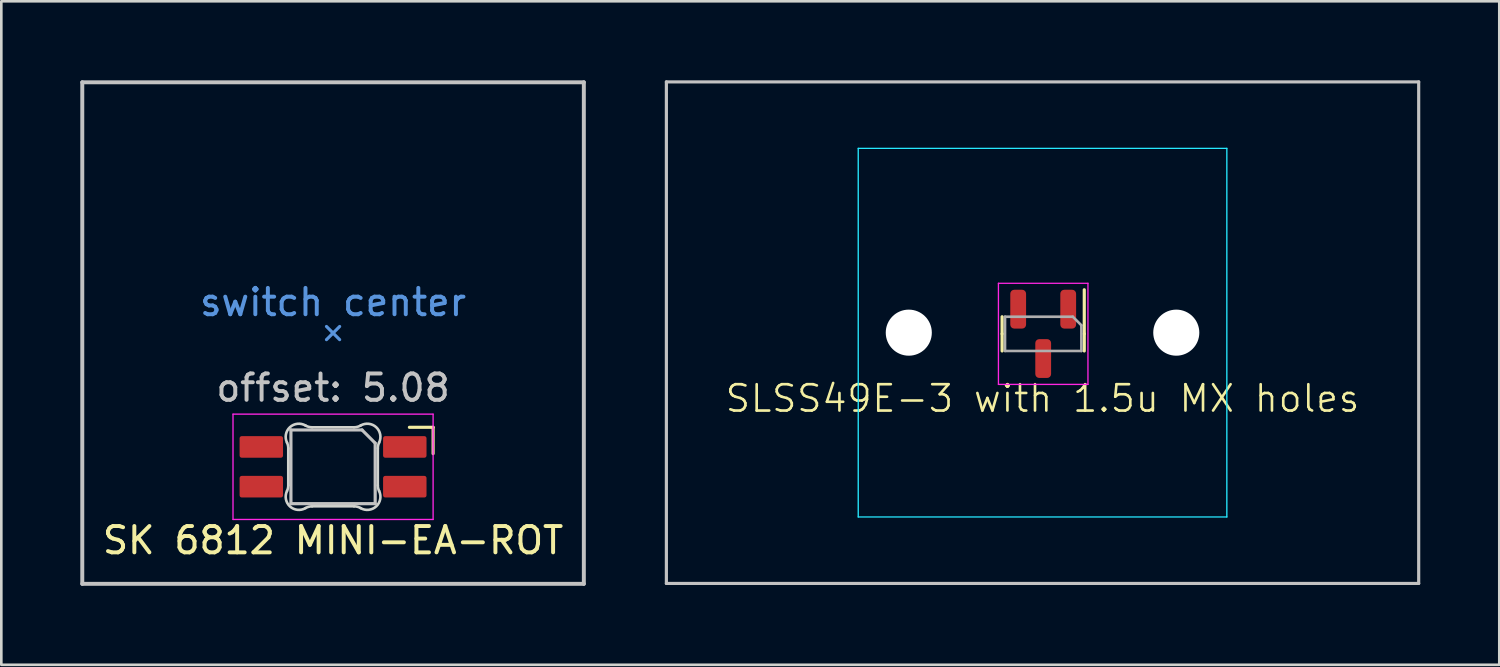
<source format=kicad_pcb>
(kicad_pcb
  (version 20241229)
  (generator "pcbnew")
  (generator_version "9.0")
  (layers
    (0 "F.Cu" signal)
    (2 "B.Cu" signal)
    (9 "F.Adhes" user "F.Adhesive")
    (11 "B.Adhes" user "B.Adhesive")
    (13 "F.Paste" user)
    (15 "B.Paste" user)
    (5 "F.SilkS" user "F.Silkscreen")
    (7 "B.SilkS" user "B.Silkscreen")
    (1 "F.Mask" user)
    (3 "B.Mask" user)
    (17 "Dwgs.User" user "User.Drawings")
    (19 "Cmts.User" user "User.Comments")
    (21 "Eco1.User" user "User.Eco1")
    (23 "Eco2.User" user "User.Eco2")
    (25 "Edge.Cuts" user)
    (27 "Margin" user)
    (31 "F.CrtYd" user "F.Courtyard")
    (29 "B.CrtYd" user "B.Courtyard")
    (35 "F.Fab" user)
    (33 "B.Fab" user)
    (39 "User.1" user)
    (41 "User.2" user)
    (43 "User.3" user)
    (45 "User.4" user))
  (footprint "SK 6812 MINI-EA-ROT"
    (layer "F.Cu")
    (at 9.6 14.68)
    (property "Reference" "SK 6812 MINI-EA-ROT" (at 0 2.794 0) (unlocked yes) (layer "F.SilkS") (effects (font (size 1 1) (thickness 0.15))))
    (attr smd)
    (fp_line (start 3.8 -1.5) (end 2.9 -1.5) (stroke (width 0.12) (type solid)) (layer "F.SilkS"))
    (fp_line (start 3.8 -0.5) (end 3.8 -1.5) (stroke (width 0.12) (type solid)) (layer "F.SilkS"))
    (fp_line (start -9.525 -14.605) (end -9.525 4.445) (stroke (width 0.15) (type solid)) (layer "Dwgs.User"))
    (fp_line (start -9.525 4.445) (end 9.525 4.445) (stroke (width 0.15) (type solid)) (layer "Dwgs.User"))
    (fp_line (start -1.6 -1.4) (end 1.1 -1.4) (stroke (width 0.12) (type solid)) (layer "Dwgs.User"))
    (fp_line (start -1.6 1.4) (end -1.6 -1.4) (stroke (width 0.12) (type solid)) (layer "Dwgs.User"))
    (fp_line (start 1.6 -0.9) (end 1.1 -1.4) (stroke (width 0.12) (type solid)) (layer "Dwgs.User"))
    (fp_line (start 1.6 -0.9) (end 1.6 1.4) (stroke (width 0.12) (type solid)) (layer "Dwgs.User"))
    (fp_line (start 1.6 1.4) (end -1.6 1.4) (stroke (width 0.12) (type solid)) (layer "Dwgs.User"))
    (fp_line (start 9.525 -14.605) (end -9.525 -14.605) (stroke (width 0.15) (type solid)) (layer "Dwgs.User"))
    (fp_line (start 9.525 4.445) (end 9.525 -14.605) (stroke (width 0.15) (type solid)) (layer "Dwgs.User"))
    (fp_line (start -0.25 -4.83) (end 0 -5.08) (stroke (width 0.12) (type solid)) (layer "Cmts.User"))
    (fp_line (start 0 -5.08) (end -0.25 -5.33) (stroke (width 0.12) (type solid)) (layer "Cmts.User"))
    (fp_line (start 0 -5.08) (end 0.25 -5.33) (stroke (width 0.12) (type solid)) (layer "Cmts.User"))
    (fp_line (start 0.25 -4.83) (end 0 -5.08) (stroke (width 0.12) (type solid)) (layer "Cmts.User"))
    (fp_line (start -1.7 -0.703) (end -1.7 0.703) (stroke (width 0.1) (type solid)) (layer "Edge.Cuts"))
    (fp_line (start -1.7 -0.703) (end -1.7 0.703) (stroke (width 0.1) (type solid)) (layer "Edge.Cuts"))
    (fp_line (start -0.794 1.5) (end 0.794 1.5) (stroke (width 0.1) (type solid)) (layer "Edge.Cuts"))
    (fp_line (start 0.794 -1.5) (end -0.794 -1.5) (stroke (width 0.1) (type solid)) (layer "Edge.Cuts"))
    (fp_line (start 1.7 0.703) (end 1.7 -0.703) (stroke (width 0.1) (type solid)) (layer "Edge.Cuts"))
    (fp_arc (start -1.749484 -0.91972) (mid -1.71251 -0.814071) (end -1.699999 -0.702843) (stroke (width 0.1) (type solid)) (layer "Edge.Cuts"))
    (fp_arc (start -1.749484 -0.91972) (mid -1.638069 -1.504032) (end -1.046711 -1.568297) (stroke (width 0.1) (type solid)) (layer "Edge.Cuts"))
    (fp_arc (start -1.699999 0.702842) (mid -1.712536 0.814066) (end -1.749484 0.91972) (stroke (width 0.1) (type solid)) (layer "Edge.Cuts"))
    (fp_arc (start -1.046711 1.568299) (mid -1.638107 1.504051) (end -1.749484 0.91972) (stroke (width 0.1) (type solid)) (layer "Edge.Cuts"))
    (fp_arc (start -1.046711 1.568299) (mid -0.92512 1.517387) (end -0.794453 1.5) (stroke (width 0.1) (type solid)) (layer "Edge.Cuts"))
    (fp_arc (start -0.794452 -1.5) (mid -0.925119 -1.51739) (end -1.04671 -1.568299) (stroke (width 0.1) (type solid)) (layer "Edge.Cuts"))
    (fp_arc (start 0.794453 1.499999) (mid 0.925126 1.517364) (end 1.046711 1.568298) (stroke (width 0.1) (type solid)) (layer "Edge.Cuts"))
    (fp_arc (start 1.046711 -1.568299) (mid 0.92512 -1.517388) (end 0.794452 -1.5) (stroke (width 0.1) (type solid)) (layer "Edge.Cuts"))
    (fp_arc (start 1.046711 -1.568299) (mid 1.638096 -1.504061) (end 1.749484 -0.919719) (stroke (width 0.1) (type solid)) (layer "Edge.Cuts"))
    (fp_arc (start 1.699999 -0.702842) (mid 1.712536 -0.814066) (end 1.749484 -0.91972) (stroke (width 0.1) (type solid)) (layer "Edge.Cuts"))
    (fp_arc (start 1.749484 0.91972) (mid 1.638067 1.50403) (end 1.046711 1.568298) (stroke (width 0.1) (type solid)) (layer "Edge.Cuts"))
    (fp_arc (start 1.749484 0.91972) (mid 1.712518 0.814071) (end 1.699999 0.702843) (stroke (width 0.1) (type solid)) (layer "Edge.Cuts"))
    (fp_line (start -3.8 -2) (end 3.8 -2) (stroke (width 0.05) (type solid)) (layer "F.CrtYd"))
    (fp_line (start -3.8 2) (end -3.8 -2) (stroke (width 0.05) (type solid)) (layer "F.CrtYd"))
    (fp_line (start 3.8 -2) (end 3.8 2) (stroke (width 0.05) (type solid)) (layer "F.CrtYd"))
    (fp_line (start 3.8 2) (end -3.8 2) (stroke (width 0.05) (type solid)) (layer "F.CrtYd"))
    (fp_text user "offset: 5.08" (at 0 -3 0) (layer "Dwgs.User") (effects (font (size 1 1) (thickness 0.15))))
    (fp_text user "switch center" (at 0 -6.25 0) (layer "Cmts.User") (effects (font (size 1 1) (thickness 0.15))))
    (pad "1" smd roundrect (at -2.725 0.755) (size 1.65 0.82) (layers "F.Cu" "F.Mask" "F.Paste") (roundrect_rratio 0.1))
    (pad "2" smd roundrect (at -2.725 -0.755) (size 1.65 0.82) (layers "F.Cu" "F.Mask" "F.Paste") (roundrect_rratio 0.1))
    (pad "3" smd roundrect (at 2.725 -0.755) (size 1.65 0.82) (layers "F.Cu" "F.Mask" "F.Paste") (roundrect_rratio 0.1))
    (pad "4" smd roundrect (at 2.725 0.755) (size 1.65 0.82) (layers "F.Cu" "F.Mask" "F.Paste") (roundrect_rratio 0.1)))
  (footprint "SLSS49E-3 with 1.5u MX holes"
    (layer "F.Cu")
    (at 36.547 9.585)
    (property "Reference" "SLSS49E-3 with 1.5u MX holes" (at 0 2.5 0) (unlocked yes) (layer "F.SilkS") (effects (font (size 1 1) (thickness 0.1))))
    (attr smd)
    (fp_line (start -1.535 0.045) (end -1.535 -0.605) (stroke (width 0.12) (type solid)) (layer "F.SilkS"))
    (fp_line (start -1.535 0.045) (end -1.535 0.695) (stroke (width 0.12) (type solid)) (layer "F.SilkS"))
    (fp_line (start 1.585 0.045) (end 1.585 -1.63) (stroke (width 0.12) (type solid)) (layer "F.SilkS"))
    (fp_line (start 1.585 0.045) (end 1.585 0.695) (stroke (width 0.12) (type solid)) (layer "F.SilkS"))
    (fp_line (start -14.287 -9.525) (end -14.287 9.525) (stroke (width 0.12) (type solid)) (layer "Dwgs.User"))
    (fp_line (start -14.287 9.525) (end 14.287 9.525) (stroke (width 0.12) (type solid)) (layer "Dwgs.User"))
    (fp_line (start 14.287 -9.525) (end -14.287 -9.525) (stroke (width 0.12) (type solid)) (layer "Dwgs.User"))
    (fp_line (start 14.287 9.525) (end 14.287 -9.525) (stroke (width 0.12) (type solid)) (layer "Dwgs.User"))
    (fp_line (start -7 6.5) (end -7 -6.5) (stroke (width 0.05) (type solid)) (layer "Eco2.User"))
    (fp_line (start -6.5 -7) (end 6.5 -7) (stroke (width 0.05) (type solid)) (layer "Eco2.User"))
    (fp_line (start 6.5 7) (end -6.5 7) (stroke (width 0.05) (type solid)) (layer "Eco2.User"))
    (fp_line (start 7 -6.5) (end 7 6.5) (stroke (width 0.05) (type solid)) (layer "Eco2.User"))
    (fp_arc (start -7 -6.5) (mid -6.853553 -6.853553) (end -6.5 -7) (stroke (width 0.05) (type solid)) (layer "Eco2.User"))
    (fp_arc (start -6.5 7) (mid -6.853553 6.853553) (end -7 6.5) (stroke (width 0.05) (type solid)) (layer "Eco2.User"))
    (fp_arc (start 6.5 -7) (mid 6.853553 -6.853553) (end 7 -6.5) (stroke (width 0.05) (type solid)) (layer "Eco2.User"))
    (fp_arc (start 6.997236 6.498884) (mid 6.850797 6.85246) (end 6.497236 6.998884) (stroke (width 0.05) (type solid)) (layer "Eco2.User"))
    (fp_line (start -7 -7) (end 7 -7) (stroke (width 0.05) (type solid)) (layer "B.CrtYd"))
    (fp_line (start -7 7) (end -7 -7) (stroke (width 0.05) (type solid)) (layer "B.CrtYd"))
    (fp_line (start 7 -7) (end 7 7) (stroke (width 0.05) (type solid)) (layer "B.CrtYd"))
    (fp_line (start 7 7) (end -7 7) (stroke (width 0.05) (type solid)) (layer "B.CrtYd"))
    (fp_line (start -1.675 -1.875) (end -1.675 1.965) (stroke (width 0.05) (type solid)) (layer "F.CrtYd"))
    (fp_line (start -1.675 1.965) (end 1.725 1.965) (stroke (width 0.05) (type solid)) (layer "F.CrtYd"))
    (fp_line (start 1.725 -1.875) (end -1.675 -1.875) (stroke (width 0.05) (type solid)) (layer "F.CrtYd"))
    (fp_line (start 1.725 1.965) (end 1.725 -1.875) (stroke (width 0.05) (type solid)) (layer "F.CrtYd"))
    (fp_line (start -1.425 -0.605) (end 1.15 -0.605) (stroke (width 0.1) (type solid)) (layer "F.Fab"))
    (fp_line (start -1.425 0.695) (end -1.425 -0.605) (stroke (width 0.1) (type solid)) (layer "F.Fab"))
    (fp_line (start 1.15 -0.605) (end 1.475 -0.28) (stroke (width 0.1) (type solid)) (layer "F.Fab"))
    (fp_line (start 1.475 -0.28) (end 1.475 0.695) (stroke (width 0.1) (type solid)) (layer "F.Fab"))
    (fp_line (start 1.475 0.695) (end -1.425 0.695) (stroke (width 0.1) (type solid)) (layer "F.Fab"))
    (pad "" np_thru_hole circle (at -5.08 0) (size 1.75 1.75) (drill 1.75) (layers "*.Cu" "*.Mask"))
    (pad "" np_thru_hole circle (at 5.08 0) (size 1.75 1.75) (drill 1.75) (layers "*.Cu" "*.Mask"))
    (pad "1" smd roundrect (at 0.975 -0.892 270) (size 1.475 0.6) (layers "F.Cu" "F.Mask" "F.Paste") (roundrect_rratio 0.25))
    (pad "2" smd roundrect (at -0.925 -0.892 270) (size 1.475 0.6) (layers "F.Cu" "F.Mask" "F.Paste") (roundrect_rratio 0.25))
    (pad "3" smd roundrect (at 0.025 0.983 270) (size 1.475 0.6) (layers "F.Cu" "F.Mask" "F.Paste") (roundrect_rratio 0.25))
    (zone (net_name "") (layers "F.Cu" "B.Cu") (name "KEEP OUT") (hatch edge 0.5) (connect_pads) (min_thickness 0.25) (filled_areas_thickness no) (keepout (tracks allowed) (vias allowed) (pads allowed) (copperpour not_allowed) (footprints allowed)) (placement (enabled no)) (fill) (polygon (pts (xy 35.913 7.68) (xy 34.642 8.95) (xy 34.642 10.22) (xy 35.913 11.49) (xy 37.182 11.49) (xy 38.453 10.22) (xy 38.453 8.95) (xy 37.182 7.68)))))
  (gr_rect
    (start -3 -3)
    (end 53.895 22.2)
    (stroke (width 0.1) (type default))
    (fill no)
    (layer "Edge.Cuts")))
</source>
